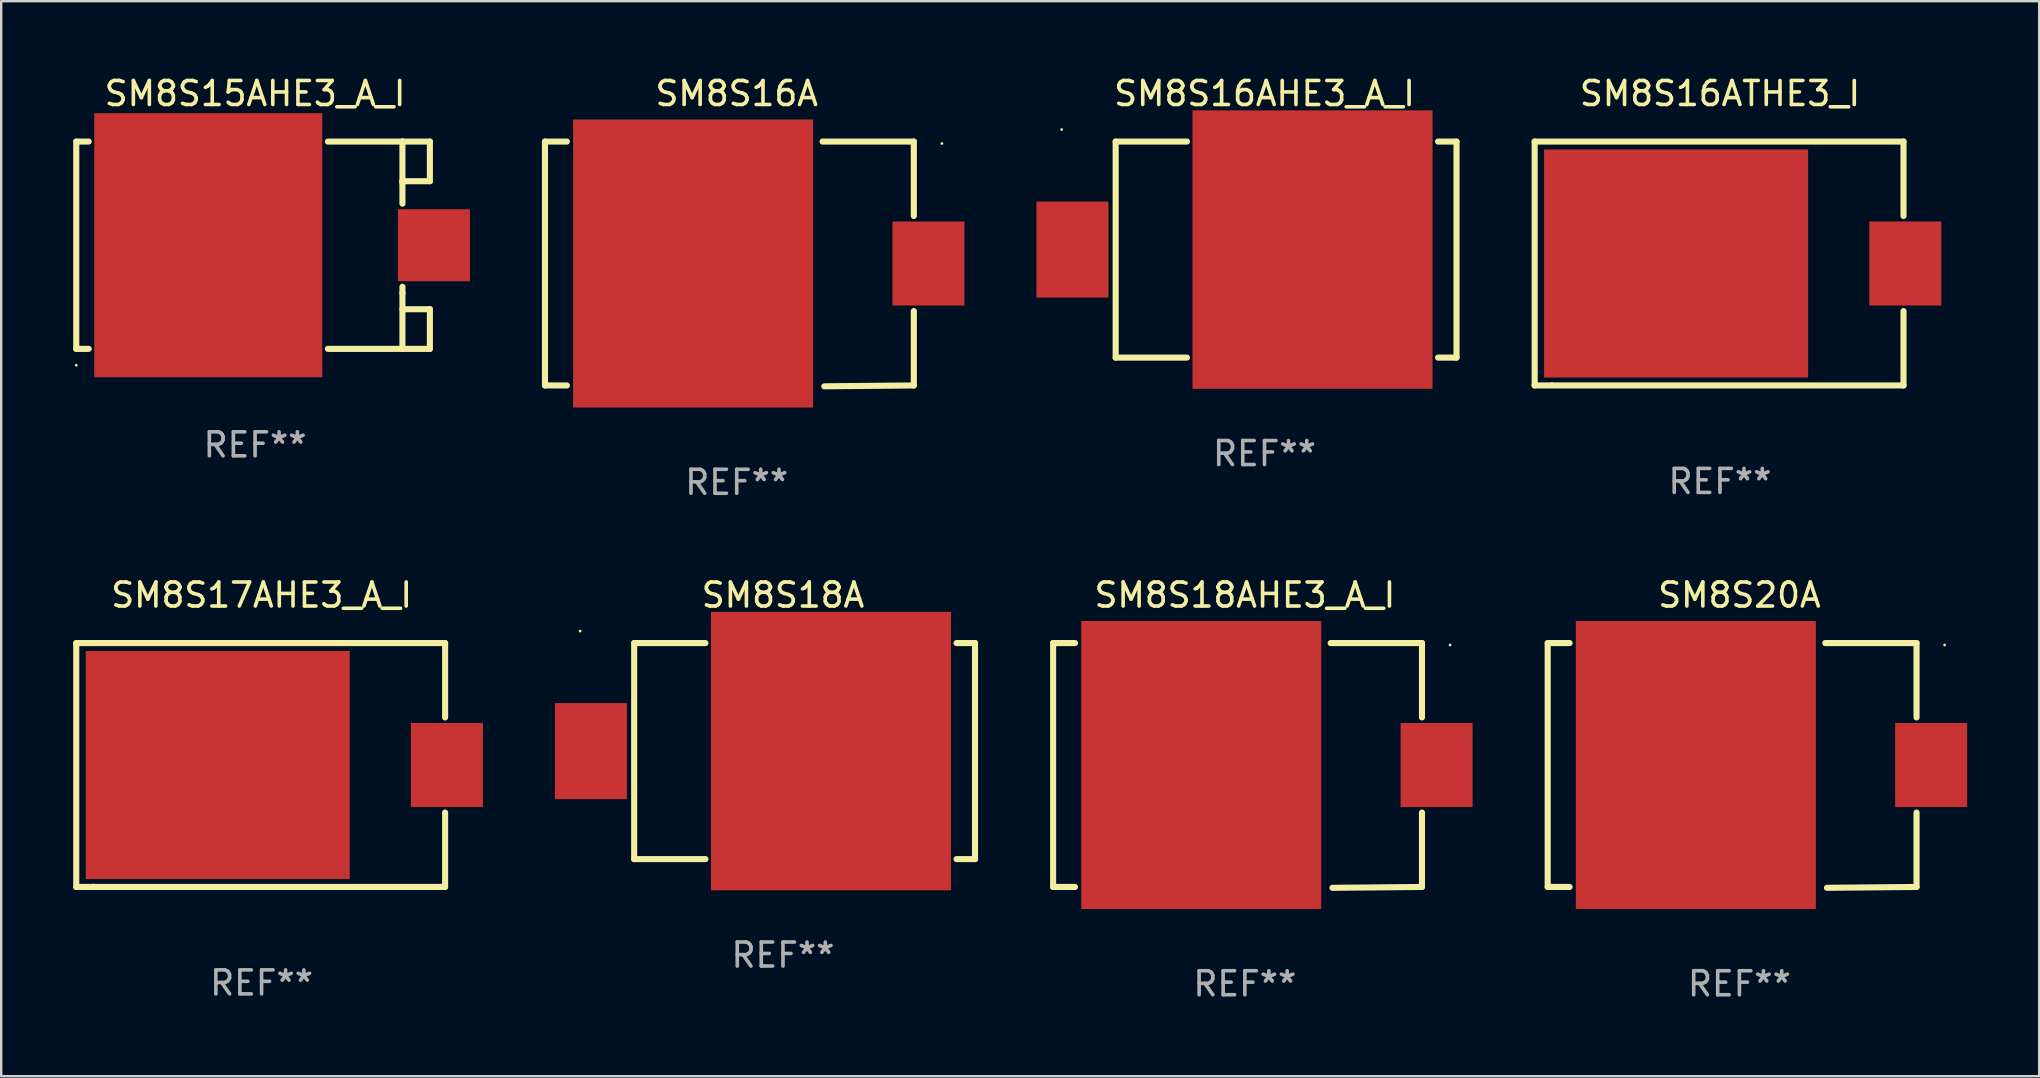
<source format=kicad_pcb>
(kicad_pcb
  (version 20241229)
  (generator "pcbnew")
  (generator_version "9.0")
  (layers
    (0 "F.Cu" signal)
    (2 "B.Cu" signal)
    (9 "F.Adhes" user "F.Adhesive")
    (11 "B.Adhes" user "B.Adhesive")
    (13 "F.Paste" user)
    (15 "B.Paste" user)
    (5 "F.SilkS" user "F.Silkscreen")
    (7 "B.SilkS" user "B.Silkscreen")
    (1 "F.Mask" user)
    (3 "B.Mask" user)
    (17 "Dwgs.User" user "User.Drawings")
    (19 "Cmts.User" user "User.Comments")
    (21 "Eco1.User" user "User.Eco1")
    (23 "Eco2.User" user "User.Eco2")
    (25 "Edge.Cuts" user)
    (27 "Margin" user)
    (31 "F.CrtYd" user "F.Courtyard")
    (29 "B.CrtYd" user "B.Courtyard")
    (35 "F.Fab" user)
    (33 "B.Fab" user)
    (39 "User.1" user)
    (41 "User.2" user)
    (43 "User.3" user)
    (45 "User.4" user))
  (footprint "SM8S18A"
    (layer "F.Cu")
    (at 29.57 28.241)
    (property "Reference" "SM8S18A" (at 0 -6.5 0) (layer "F.SilkS") (effects (font (size 1 1) (thickness 0.15))))
    (attr through_hole)
    (fp_line (start -6.2 -4.5) (end -6.2 4.5) (stroke (width 0.254) (type solid)) (layer "F.SilkS"))
    (fp_line (start -6.2 -4.5) (end -3.231 -4.5) (stroke (width 0.254) (type solid)) (layer "F.SilkS"))
    (fp_line (start -6.2 4.5) (end -3.231 4.5) (stroke (width 0.254) (type solid)) (layer "F.SilkS"))
    (fp_line (start 7.231 -4.5) (end 8 -4.5) (stroke (width 0.254) (type solid)) (layer "F.SilkS"))
    (fp_line (start 7.231 4.5) (end 8 4.5) (stroke (width 0.254) (type solid)) (layer "F.SilkS"))
    (fp_line (start 8 -4.5) (end 8 4.5) (stroke (width 0.254) (type solid)) (layer "F.SilkS"))
    (fp_circle (center -8.45 -5) (end -8.42 -5) (stroke (width 0.06) (type solid)) (fill no) (layer "F.SilkS"))
    (fp_text user "REF**" (at 0 8.5 0) (layer "F.Fab") (effects (font (size 1 1) (thickness 0.15))))
    (pad "1" smd rect (at -8 -0.000076 180) (size 3 4) (layers "F.Cu" "F.Mask" "F.Paste"))
    (pad "2" smd rect (at 2 -0.000076 180) (size 10 11.6) (layers "F.Cu" "F.Mask" "F.Paste")))
  (footprint "SM8S16AHE3_A_I"
    (layer "F.Cu")
    (at 49.63 7.348)
    (property "Reference" "SM8S16AHE3_A_I" (at 0 -6.5 0) (layer "F.SilkS") (effects (font (size 1 1) (thickness 0.15))))
    (attr through_hole)
    (fp_line (start -6.2 -4.5) (end -6.2 4.5) (stroke (width 0.254) (type solid)) (layer "F.SilkS"))
    (fp_line (start -6.2 -4.5) (end -3.231 -4.5) (stroke (width 0.254) (type solid)) (layer "F.SilkS"))
    (fp_line (start -6.2 4.5) (end -3.231 4.5) (stroke (width 0.254) (type solid)) (layer "F.SilkS"))
    (fp_line (start 7.231 -4.5) (end 8 -4.5) (stroke (width 0.254) (type solid)) (layer "F.SilkS"))
    (fp_line (start 7.231 4.5) (end 8 4.5) (stroke (width 0.254) (type solid)) (layer "F.SilkS"))
    (fp_line (start 8 -4.5) (end 8 4.5) (stroke (width 0.254) (type solid)) (layer "F.SilkS"))
    (fp_circle (center -8.45 -5) (end -8.42 -5) (stroke (width 0.06) (type solid)) (fill no) (layer "F.SilkS"))
    (fp_text user "REF**" (at 0 8.5 0) (layer "F.Fab") (effects (font (size 1 1) (thickness 0.15))))
    (pad "1" smd rect (at -8 -0.000076 180) (size 3 4) (layers "F.Cu" "F.Mask" "F.Paste"))
    (pad "2" smd rect (at 2 -0.000076 180) (size 10 11.6) (layers "F.Cu" "F.Mask" "F.Paste")))
  (footprint "SM8S15AHE3_A_I"
    (layer "F.Cu")
    (at 7.577 7.166)
    (property "Reference" "SM8S15AHE3_A_I" (at 0 -6.318 0) (layer "F.SilkS") (effects (font (size 1 1) (thickness 0.15))))
    (attr through_hole)
    (fp_line (start -7.45 -4.318) (end -7.45 4.318) (stroke (width 0.254) (type solid)) (layer "F.SilkS"))
    (fp_line (start -7.45 4.318) (end -6.931 4.318) (stroke (width 0.254) (type solid)) (layer "F.SilkS"))
    (fp_line (start -6.931 -4.318) (end -7.45 -4.318) (stroke (width 0.254) (type solid)) (layer "F.SilkS"))
    (fp_line (start 3.031 4.318) (end 6.139 4.318) (stroke (width 0.254) (type solid)) (layer "F.SilkS"))
    (fp_line (start 6.139 -4.318) (end 3.031 -4.318) (stroke (width 0.254) (type solid)) (layer "F.SilkS"))
    (fp_line (start 6.139 -4.318) (end 7.282 -4.318) (stroke (width 0.254) (type solid)) (layer "F.SilkS"))
    (fp_line (start 6.139 -2.667) (end 6.139 -2.586) (stroke (width 0.254) (type solid)) (layer "F.SilkS"))
    (fp_line (start 6.139 -1.731) (end 6.139 -4.318) (stroke (width 0.254) (type solid)) (layer "F.SilkS"))
    (fp_line (start 6.139 1.985) (end 6.139 1.731) (stroke (width 0.254) (type solid)) (layer "F.SilkS"))
    (fp_line (start 6.139 2.667) (end 7.282 2.667) (stroke (width 0.254) (type solid)) (layer "F.SilkS"))
    (fp_line (start 6.139 4.318) (end 6.139 1.985) (stroke (width 0.254) (type solid)) (layer "F.SilkS"))
    (fp_line (start 7.282 -4.318) (end 7.282 -2.667) (stroke (width 0.254) (type solid)) (layer "F.SilkS"))
    (fp_line (start 7.282 -2.667) (end 6.139 -2.667) (stroke (width 0.254) (type solid)) (layer "F.SilkS"))
    (fp_line (start 7.282 2.667) (end 7.282 4.318) (stroke (width 0.254) (type solid)) (layer "F.SilkS"))
    (fp_line (start 7.282 4.318) (end 6.139 4.318) (stroke (width 0.254) (type solid)) (layer "F.SilkS"))
    (fp_circle (center -7.45 5) (end -7.42 5) (stroke (width 0.06) (type solid)) (fill no) (layer "F.SilkS"))
    (fp_text user "REF**" (at 0 8.318 0) (layer "F.Fab") (effects (font (size 1 1) (thickness 0.15))))
    (pad "1" smd rect (at -1.95 0) (size 9.5 11) (layers "F.Cu" "F.Mask" "F.Paste"))
    (pad "2" smd rect (at 7.45 0) (size 3 3) (layers "F.Cu" "F.Mask" "F.Paste")))
  (footprint "SM8S20A"
    (layer "F.Cu")
    (at 69.416 28.839)
    (property "Reference" "SM8S20A" (at 0 -7.098 0) (layer "F.SilkS") (effects (font (size 1 1) (thickness 0.15))))
    (attr through_hole)
    (fp_line (start -7.988 -5.098) (end -7.076 -5.098) (stroke (width 0.254) (type solid)) (layer "F.SilkS"))
    (fp_line (start -7.988 5.062) (end -7.988 -5.098) (stroke (width 0.254) (type solid)) (layer "F.SilkS"))
    (fp_line (start -7.076 5.062) (end -7.988 5.062) (stroke (width 0.254) (type solid)) (layer "F.SilkS"))
    (fp_line (start 3.575 -5.098) (end 7.379 -5.098) (stroke (width 0.254) (type solid)) (layer "F.SilkS"))
    (fp_line (start 7.379 -5.098) (end 7.379 -1.999) (stroke (width 0.254) (type solid)) (layer "F.SilkS"))
    (fp_line (start 7.379 1.963) (end 7.379 5.062) (stroke (width 0.254) (type solid)) (layer "F.SilkS"))
    (fp_line (start 7.379 5.062) (end 3.648 5.098) (stroke (width 0.254) (type solid)) (layer "F.SilkS"))
    (fp_circle (center 8.549 -5.018) (end 8.579 -5.018) (stroke (width 0.06) (type solid)) (fill no) (layer "F.SilkS"))
    (fp_text user "REF**" (at 0 9.098 0) (layer "F.Fab") (effects (font (size 1 1) (thickness 0.15))))
    (pad "1" smd rect (at 7.988 -0.018 90) (size 3.5 3) (layers "F.Cu" "F.Mask" "F.Paste"))
    (pad "2" smd rect (at -1.816 -0.018 90) (size 12 10) (layers "F.Cu" "F.Mask" "F.Paste")))
  (footprint "SM8S16ATHE3_I"
    (layer "F.Cu")
    (at 68.606 7.928)
    (property "Reference" "SM8S16ATHE3_I" (at 0 -7.08 0) (layer "F.SilkS") (effects (font (size 1 1) (thickness 0.15))))
    (attr through_hole)
    (fp_line (start -7.721 -5.08) (end 7.646 -5.08) (stroke (width 0.254) (type solid)) (layer "F.SilkS"))
    (fp_line (start -7.721 5.08) (end -7.721 -5.08) (stroke (width 0.254) (type solid)) (layer "F.SilkS"))
    (fp_line (start 7.646 -5.08) (end 7.646 -1.981) (stroke (width 0.254) (type solid)) (layer "F.SilkS"))
    (fp_line (start 7.646 1.981) (end 7.646 5.08) (stroke (width 0.254) (type solid)) (layer "F.SilkS"))
    (fp_line (start 7.646 5.08) (end -7.721 5.08) (stroke (width 0.254) (type solid)) (layer "F.SilkS"))
    (fp_circle (center -7.003 5) (end -6.973 5) (stroke (width 0.06) (type solid)) (fill no) (layer "F.SilkS"))
    (fp_text user "REF**" (at 0 9.08 0) (layer "F.Fab") (effects (font (size 1 1) (thickness 0.15))))
    (pad "1" smd rect (at -1.828 0) (size 11 9.5) (layers "F.Cu" "F.Mask" "F.Paste"))
    (pad "2" smd rect (at 7.721 0 90) (size 3.5 3) (layers "F.Cu" "F.Mask" "F.Paste")))
  (footprint "SM8S18AHE3_A_I"
    (layer "F.Cu")
    (at 48.812 28.839)
    (property "Reference" "SM8S18AHE3_A_I" (at 0 -7.098 0) (layer "F.SilkS") (effects (font (size 1 1) (thickness 0.15))))
    (attr through_hole)
    (fp_line (start -7.988 -5.098) (end -7.076 -5.098) (stroke (width 0.254) (type solid)) (layer "F.SilkS"))
    (fp_line (start -7.988 5.062) (end -7.988 -5.098) (stroke (width 0.254) (type solid)) (layer "F.SilkS"))
    (fp_line (start -7.076 5.062) (end -7.988 5.062) (stroke (width 0.254) (type solid)) (layer "F.SilkS"))
    (fp_line (start 3.575 -5.098) (end 7.379 -5.098) (stroke (width 0.254) (type solid)) (layer "F.SilkS"))
    (fp_line (start 7.379 -5.098) (end 7.379 -1.999) (stroke (width 0.254) (type solid)) (layer "F.SilkS"))
    (fp_line (start 7.379 1.963) (end 7.379 5.062) (stroke (width 0.254) (type solid)) (layer "F.SilkS"))
    (fp_line (start 7.379 5.062) (end 3.648 5.098) (stroke (width 0.254) (type solid)) (layer "F.SilkS"))
    (fp_circle (center 8.549 -5.018) (end 8.579 -5.018) (stroke (width 0.06) (type solid)) (fill no) (layer "F.SilkS"))
    (fp_text user "REF**" (at 0 9.098 0) (layer "F.Fab") (effects (font (size 1 1) (thickness 0.15))))
    (pad "1" smd rect (at 7.988 -0.018 90) (size 3.5 3) (layers "F.Cu" "F.Mask" "F.Paste"))
    (pad "2" smd rect (at -1.816 -0.018 90) (size 12 10) (layers "F.Cu" "F.Mask" "F.Paste")))
  (footprint "SM8S17AHE3_A_I"
    (layer "F.Cu")
    (at 7.848 28.821)
    (property "Reference" "SM8S17AHE3_A_I" (at 0 -7.08 0) (layer "F.SilkS") (effects (font (size 1 1) (thickness 0.15))))
    (attr through_hole)
    (fp_line (start -7.721 -5.08) (end 7.646 -5.08) (stroke (width 0.254) (type solid)) (layer "F.SilkS"))
    (fp_line (start -7.721 5.08) (end -7.721 -5.08) (stroke (width 0.254) (type solid)) (layer "F.SilkS"))
    (fp_line (start 7.646 -5.08) (end 7.646 -1.981) (stroke (width 0.254) (type solid)) (layer "F.SilkS"))
    (fp_line (start 7.646 1.981) (end 7.646 5.08) (stroke (width 0.254) (type solid)) (layer "F.SilkS"))
    (fp_line (start 7.646 5.08) (end -7.721 5.08) (stroke (width 0.254) (type solid)) (layer "F.SilkS"))
    (fp_circle (center -7.003 5) (end -6.973 5) (stroke (width 0.06) (type solid)) (fill no) (layer "F.SilkS"))
    (fp_text user "REF**" (at 0 9.08 0) (layer "F.Fab") (effects (font (size 1 1) (thickness 0.15))))
    (pad "1" smd rect (at -1.828 0) (size 11 9.5) (layers "F.Cu" "F.Mask" "F.Paste"))
    (pad "2" smd rect (at 7.721 0 90) (size 3.5 3) (layers "F.Cu" "F.Mask" "F.Paste")))
  (footprint "SM8S16A"
    (layer "F.Cu")
    (at 27.642 7.946)
    (property "Reference" "SM8S16A" (at 0 -7.098 0) (layer "F.SilkS") (effects (font (size 1 1) (thickness 0.15))))
    (attr through_hole)
    (fp_line (start -7.988 -5.098) (end -7.076 -5.098) (stroke (width 0.254) (type solid)) (layer "F.SilkS"))
    (fp_line (start -7.988 5.062) (end -7.988 -5.098) (stroke (width 0.254) (type solid)) (layer "F.SilkS"))
    (fp_line (start -7.076 5.062) (end -7.988 5.062) (stroke (width 0.254) (type solid)) (layer "F.SilkS"))
    (fp_line (start 3.575 -5.098) (end 7.379 -5.098) (stroke (width 0.254) (type solid)) (layer "F.SilkS"))
    (fp_line (start 7.379 -5.098) (end 7.379 -1.999) (stroke (width 0.254) (type solid)) (layer "F.SilkS"))
    (fp_line (start 7.379 1.963) (end 7.379 5.062) (stroke (width 0.254) (type solid)) (layer "F.SilkS"))
    (fp_line (start 7.379 5.062) (end 3.648 5.098) (stroke (width 0.254) (type solid)) (layer "F.SilkS"))
    (fp_circle (center 8.549 -5.018) (end 8.579 -5.018) (stroke (width 0.06) (type solid)) (fill no) (layer "F.SilkS"))
    (fp_text user "REF**" (at 0 9.098 0) (layer "F.Fab") (effects (font (size 1 1) (thickness 0.15))))
    (pad "1" smd rect (at 7.988 -0.018 90) (size 3.5 3) (layers "F.Cu" "F.Mask" "F.Paste"))
    (pad "2" smd rect (at -1.816 -0.018 90) (size 12 10) (layers "F.Cu" "F.Mask" "F.Paste")))
  (gr_rect
    (start -3 -3)
    (end 81.904 41.786)
    (stroke (width 0.1) (type default))
    (fill no)
    (layer "Edge.Cuts")))
</source>
